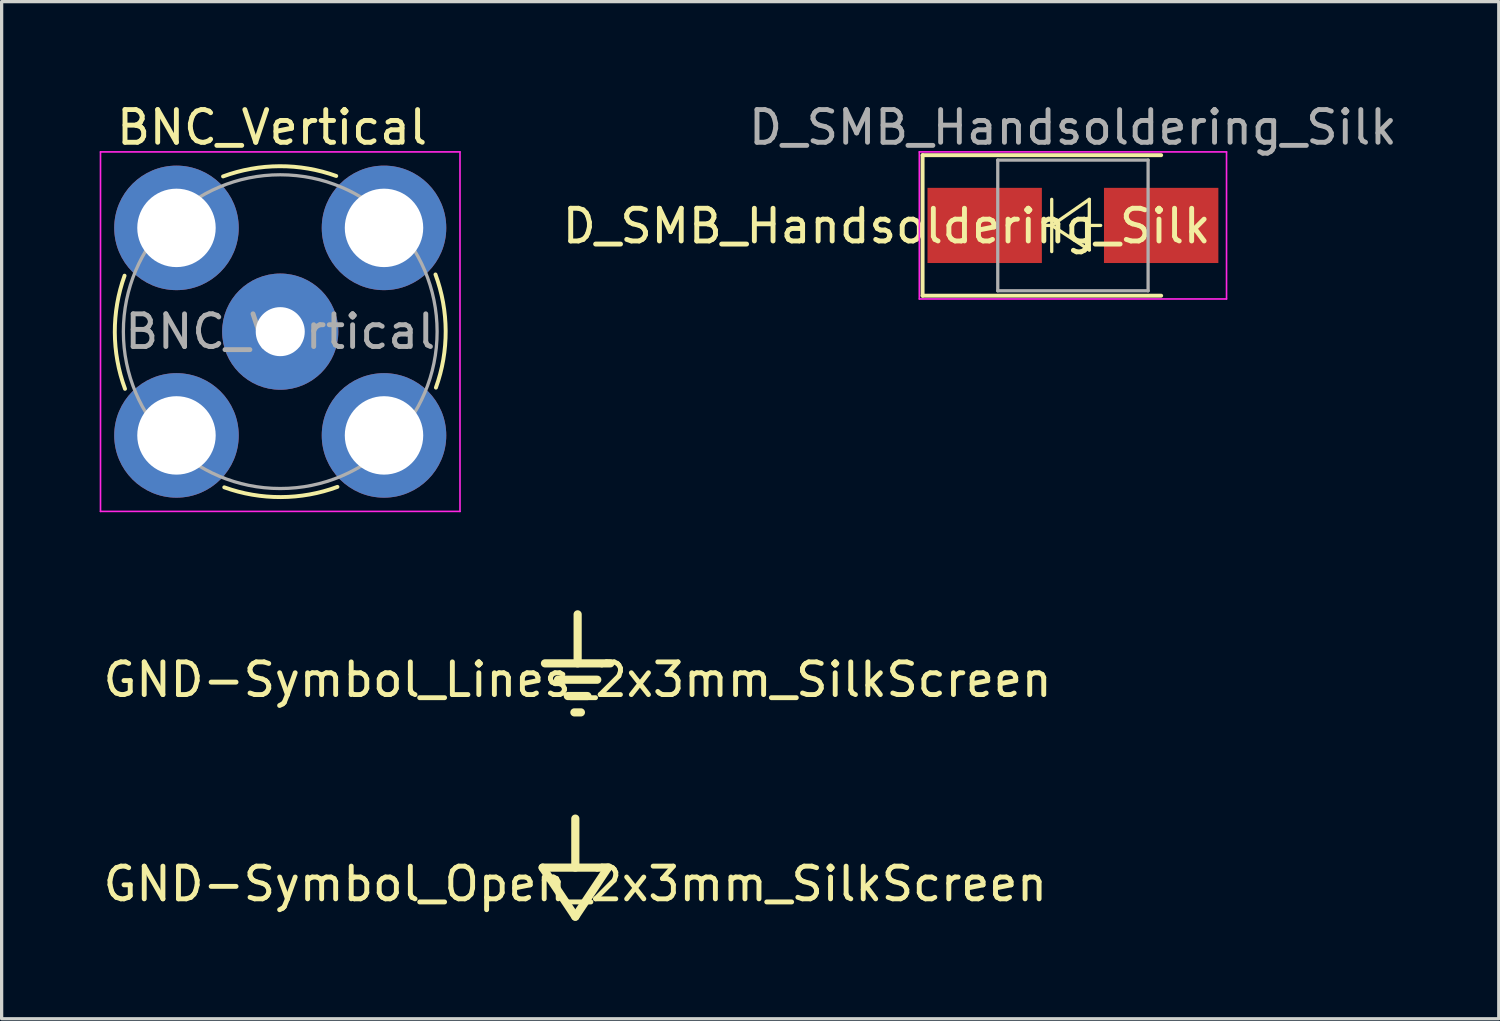
<source format=kicad_pcb>
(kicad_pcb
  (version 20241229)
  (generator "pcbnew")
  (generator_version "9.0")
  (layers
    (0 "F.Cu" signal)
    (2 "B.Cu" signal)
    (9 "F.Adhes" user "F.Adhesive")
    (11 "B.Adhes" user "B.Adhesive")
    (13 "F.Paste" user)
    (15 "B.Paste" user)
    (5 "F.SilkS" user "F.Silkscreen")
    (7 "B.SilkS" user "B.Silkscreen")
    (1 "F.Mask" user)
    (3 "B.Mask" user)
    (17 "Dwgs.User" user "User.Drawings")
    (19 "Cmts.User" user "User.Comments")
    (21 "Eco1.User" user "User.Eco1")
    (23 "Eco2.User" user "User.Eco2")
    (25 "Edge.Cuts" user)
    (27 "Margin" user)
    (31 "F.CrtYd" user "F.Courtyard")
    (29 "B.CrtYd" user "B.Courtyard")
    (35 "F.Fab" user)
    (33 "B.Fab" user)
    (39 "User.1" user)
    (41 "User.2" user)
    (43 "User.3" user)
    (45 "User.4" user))
  (footprint "BNC_Vertical"
    (layer "F.Cu")
    (at 5.525 7.098)
    (property "Reference" "BNC_Vertical" (at -0.25 -6.25 0) (layer "F.SilkS") (effects (font (size 1 1) (thickness 0.15))))
    (attr through_hole)
    (fp_arc (start -4.75 1.75) (mid -5.062075 0.019867) (end -4.763589 -1.712663) (stroke (width 0.12) (type solid)) (layer "F.SilkS"))
    (fp_arc (start -1.75 -4.75) (mid -0.019867 -5.062075) (end 1.712663 -4.763589) (stroke (width 0.12) (type solid)) (layer "F.SilkS"))
    (fp_arc (start 1.75 4.75) (mid 0.019867 5.062075) (end -1.712663 4.763589) (stroke (width 0.12) (type solid)) (layer "F.SilkS"))
    (fp_arc (start 4.75 -1.75) (mid 5.062075 -0.019867) (end 4.763589 1.712663) (stroke (width 0.12) (type solid)) (layer "F.SilkS"))
    (fp_line (start -5.5 -5.5) (end 5.5 -5.5) (stroke (width 0.05) (type solid)) (layer "F.CrtYd"))
    (fp_line (start -5.5 5.5) (end -5.5 -5.5) (stroke (width 0.05) (type solid)) (layer "F.CrtYd"))
    (fp_line (start 5.5 -5.5) (end 5.5 5.5) (stroke (width 0.05) (type solid)) (layer "F.CrtYd"))
    (fp_line (start 5.5 5.5) (end -5.5 5.5) (stroke (width 0.05) (type solid)) (layer "F.CrtYd"))
    (fp_circle (center 0 0) (end 4.8 0) (stroke (width 0.1) (type solid)) (fill no) (layer "F.Fab"))
    (fp_text user "${REFERENCE}" (at 0 0 0) (layer "F.Fab") (effects (font (size 1 1) (thickness 0.15))))
    (pad "1" thru_hole circle (at 0 0) (size 3.556 3.556) (drill 1.5) (layers "*.Cu" "*.Mask"))
    (pad "2" thru_hole circle (at -3.175 -3.175) (size 3.81 3.81) (drill 2.4) (layers "*.Cu" "*.Mask"))
    (pad "2" thru_hole circle (at -3.175 3.175) (size 3.81 3.81) (drill 2.4) (layers "*.Cu" "*.Mask"))
    (pad "2" thru_hole circle (at 3.175 -3.175) (size 3.81 3.81) (drill 2.4) (layers "*.Cu" "*.Mask"))
    (pad "2" thru_hole circle (at 3.175 3.175) (size 3.81 3.81) (drill 2.4) (layers "*.Cu" "*.Mask")))
  (footprint "D_SMB_Handsoldering_Silk"
    (layer "F.Cu")
    (at 29.78 3.848)
    (property "Reference" "D_SMB_Handsoldering_Silk" (at -5.7 0.02 0) (layer "F.SilkS") (effects (font (size 1 1) (thickness 0.15))))
    (attr smd)
    (fp_line (start -4.6 -2.15) (end -4.6 2.15) (stroke (width 0.12) (type solid)) (layer "F.SilkS"))
    (fp_line (start -4.6 -2.15) (end 2.7 -2.15) (stroke (width 0.12) (type solid)) (layer "F.SilkS"))
    (fp_line (start -4.6 2.15) (end 2.7 2.15) (stroke (width 0.12) (type solid)) (layer "F.SilkS"))
    (fp_line (start -0.649 -0.799) (end -0.649 0.801) (stroke (width 0.1) (type solid)) (layer "F.SilkS"))
    (fp_line (start -0.649 0.001) (end -0.85 0) (stroke (width 0.1) (type solid)) (layer "F.SilkS"))
    (fp_line (start -0.649 0.001) (end 0.501 -0.799) (stroke (width 0.1) (type solid)) (layer "F.SilkS"))
    (fp_line (start -0.649 0.001) (end 0.501 0.75) (stroke (width 0.1) (type solid)) (layer "F.SilkS"))
    (fp_line (start 0.501 0.001) (end 0.85 0) (stroke (width 0.1) (type solid)) (layer "F.SilkS"))
    (fp_line (start 0.501 0.75) (end 0.501 -0.799) (stroke (width 0.1) (type solid)) (layer "F.SilkS"))
    (fp_line (start -4.7 -2.25) (end 4.7 -2.25) (stroke (width 0.05) (type solid)) (layer "F.CrtYd"))
    (fp_line (start -4.7 2.25) (end -4.7 -2.25) (stroke (width 0.05) (type solid)) (layer "F.CrtYd"))
    (fp_line (start 4.7 -2.25) (end 4.7 2.25) (stroke (width 0.05) (type solid)) (layer "F.CrtYd"))
    (fp_line (start 4.7 2.25) (end -4.7 2.25) (stroke (width 0.05) (type solid)) (layer "F.CrtYd"))
    (fp_line (start -2.3 2) (end -2.3 -2) (stroke (width 0.1) (type solid)) (layer "F.Fab"))
    (fp_line (start 2.3 -2) (end -2.3 -2) (stroke (width 0.1) (type solid)) (layer "F.Fab"))
    (fp_line (start 2.3 -2) (end 2.3 2) (stroke (width 0.1) (type solid)) (layer "F.Fab"))
    (fp_line (start 2.3 2) (end -2.3 2) (stroke (width 0.1) (type solid)) (layer "F.Fab"))
    (fp_text user "${REFERENCE}" (at 0 -3 0) (layer "F.Fab") (effects (font (size 1 1) (thickness 0.15))))
    (pad "1" smd rect (at -2.7 0) (size 3.5 2.3) (layers "F.Cu" "F.Mask" "F.Paste"))
    (pad "2" smd rect (at 2.7 0) (size 3.5 2.3) (layers "F.Cu" "F.Mask" "F.Paste")))
  (footprint "GND-Symbol_Open_2x3mm_SilkScreen"
    (layer "F.Cu")
    (at 14.554 23.998)
    (property "Reference" "GND-Symbol_Open_2x3mm_SilkScreen" (at 0 0 0) (layer "F.SilkS") (effects (font (size 1 1) (thickness 0.15))))
    (attr exclude_from_pos_files exclude_from_bom)
    (fp_line (start -1 -0.5) (end 1 -0.5) (stroke (width 0.25) (type solid)) (layer "F.SilkS"))
    (fp_line (start 0 -0.5) (end 0 -2) (stroke (width 0.25) (type solid)) (layer "F.SilkS"))
    (fp_line (start 0 1) (end -1 -0.5) (stroke (width 0.25) (type solid)) (layer "F.SilkS"))
    (fp_line (start 1 -0.5) (end 0 1) (stroke (width 0.25) (type solid)) (layer "F.SilkS")))
  (footprint "GND-Symbol_Lines_2x3mm_SilkScreen"
    (layer "F.Cu")
    (at 14.625 17.748)
    (property "Reference" "GND-Symbol_Lines_2x3mm_SilkScreen" (at 0 0 0) (layer "F.SilkS") (effects (font (size 1 1) (thickness 0.15))))
    (attr exclude_from_pos_files exclude_from_bom)
    (fp_line (start -1 -0.5) (end 1 -0.5) (stroke (width 0.25) (type solid)) (layer "F.SilkS"))
    (fp_line (start -0.6 0) (end 0.6 0) (stroke (width 0.25) (type solid)) (layer "F.SilkS"))
    (fp_line (start -0.3 0.5) (end 0.3 0.5) (stroke (width 0.25) (type solid)) (layer "F.SilkS"))
    (fp_line (start -0.1 1) (end 0.1 1) (stroke (width 0.25) (type solid)) (layer "F.SilkS"))
    (fp_line (start 0 -0.5) (end 0 -2) (stroke (width 0.25) (type solid)) (layer "F.SilkS")))
  (gr_rect
    (start -3 -3)
    (end 42.81 28.123)
    (stroke (width 0.1) (type default))
    (fill no)
    (layer "Edge.Cuts")))
</source>
